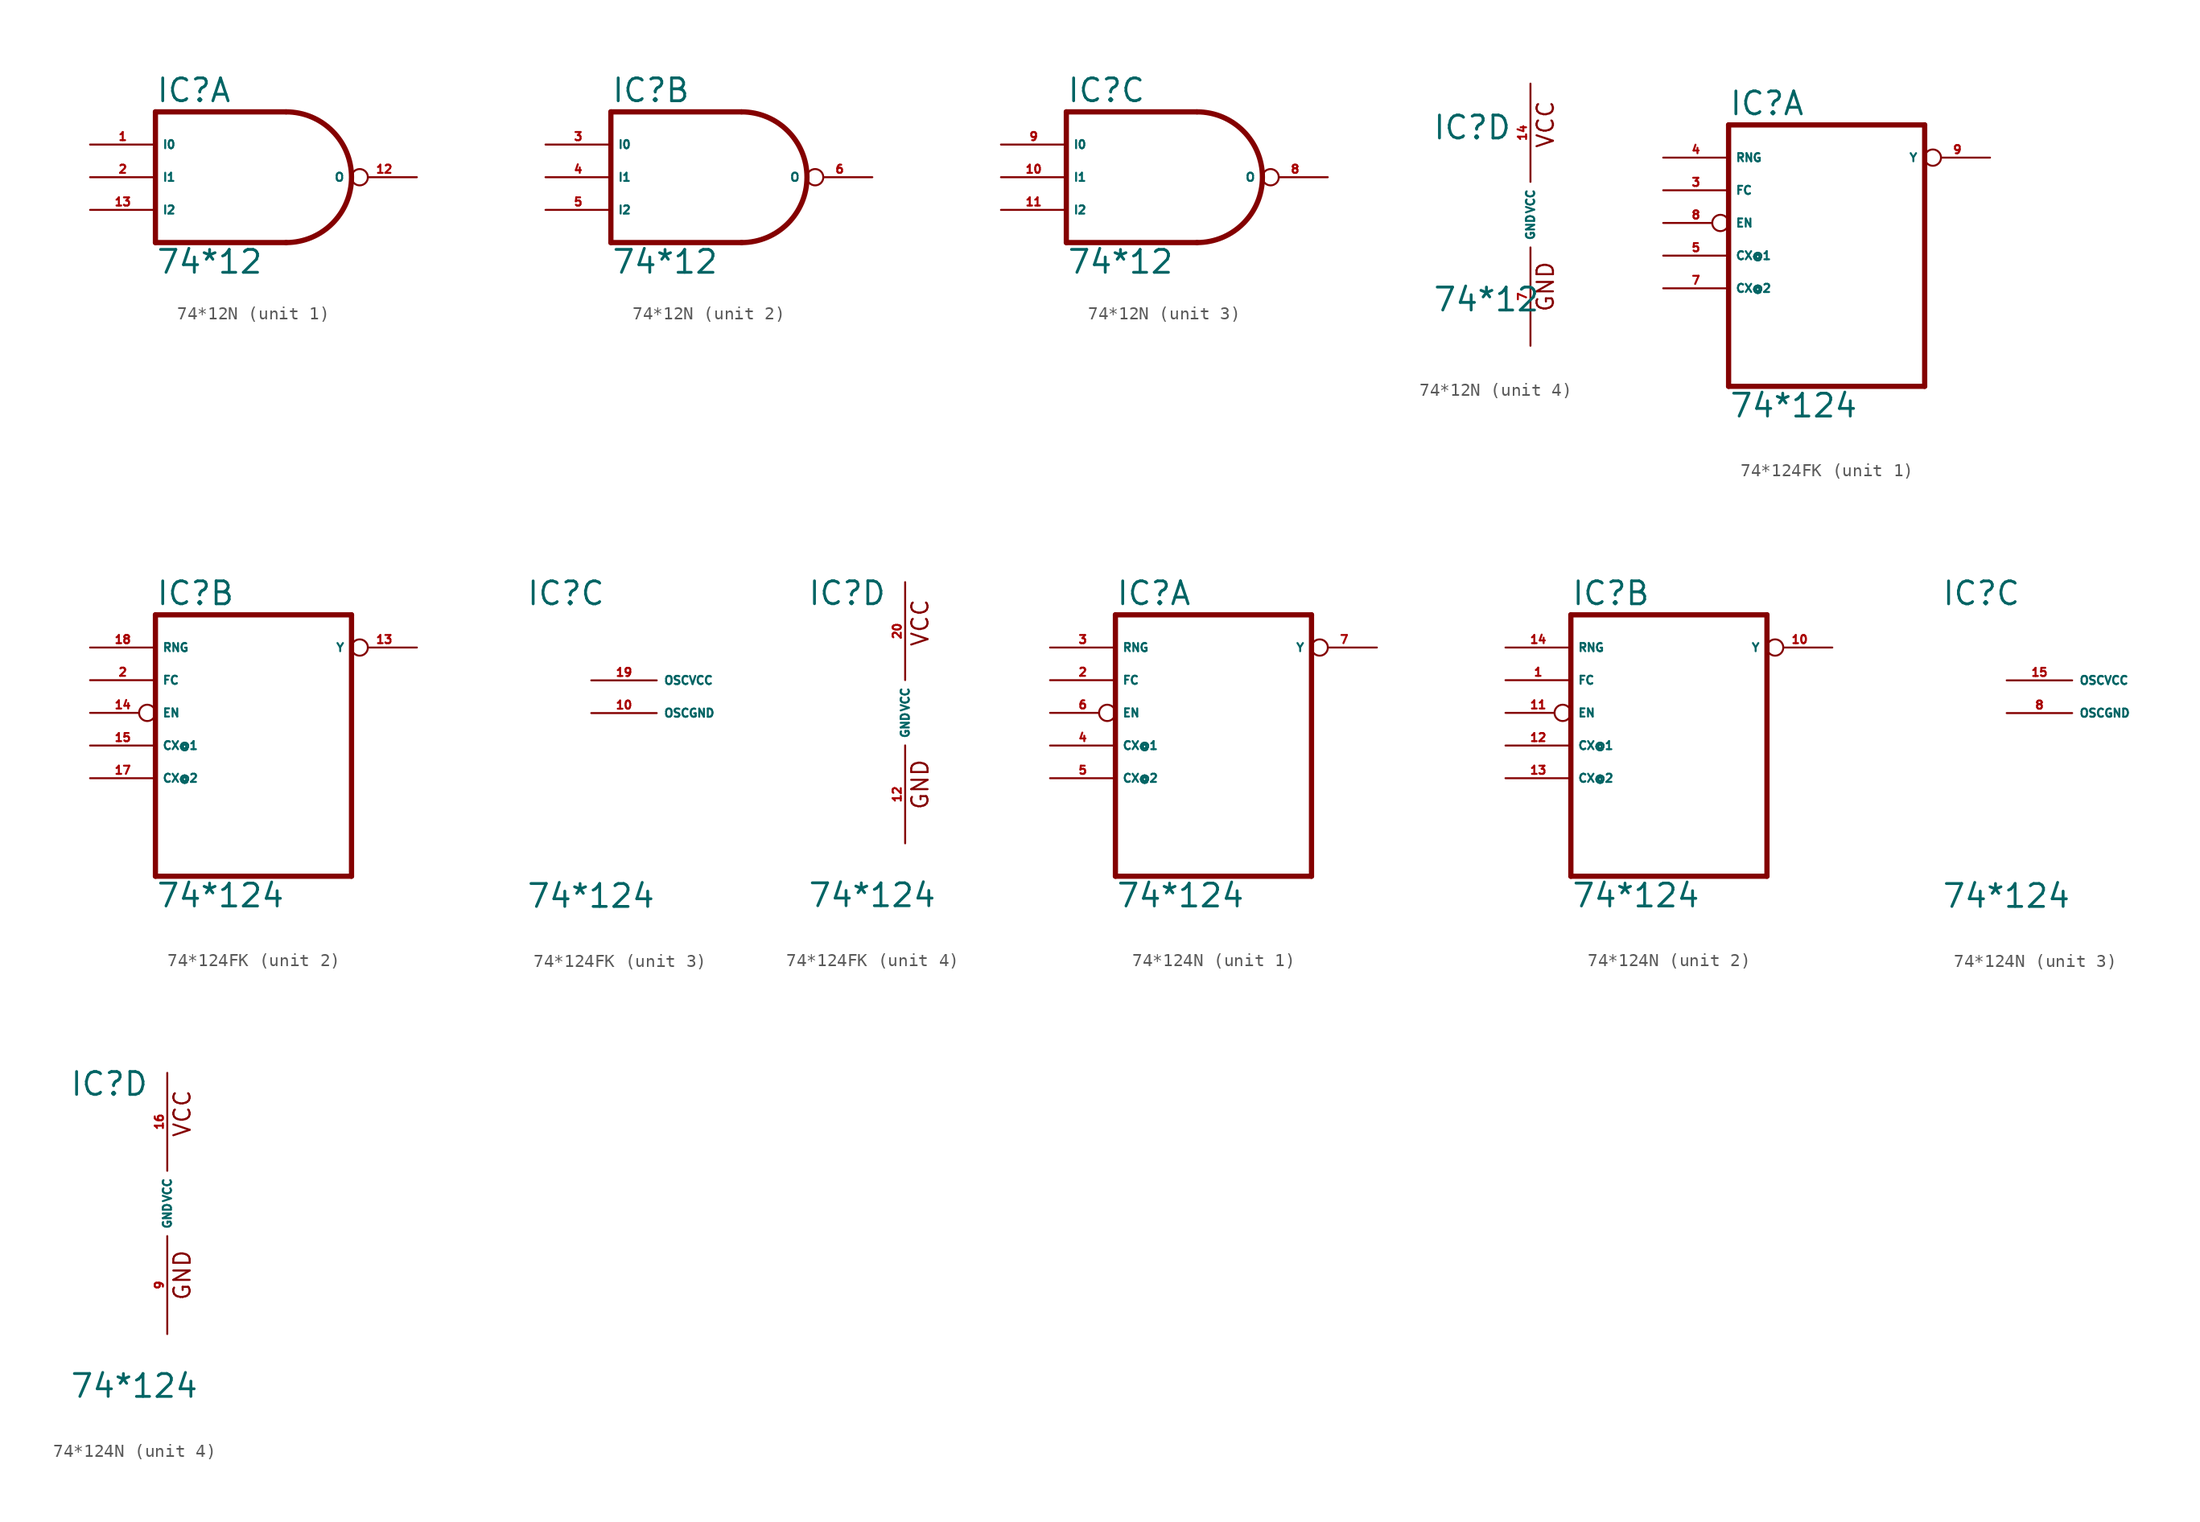
<source format=kicad_sym>
(kicad_symbol_lib
  (version 20220914)
  (generator Eagle2Kicad)
  (symbol "74*12N"
    (property "Reference" "IC"
      (at -7.62 5.715 0)
      (effects (font (size 1.778 1.778) (thickness 0.22)) (justify left bottom)))
    (property "Value" "74*12"
      (at -7.62 -7.62 0)
      (effects (font (size 1.778 1.778) (thickness 0.22)) (justify left bottom)))
    (symbol "74*12N_1_0"
      (polyline (pts (xy 2.54 5.08) (xy -7.62 5.08)) (stroke (width 0.406) (type default)) (fill (type none)))
      (polyline (pts (xy -7.62 5.08) (xy -7.62 -5.08)) (stroke (width 0.406) (type default)) (fill (type none)))
      (polyline (pts (xy -7.62 -5.08) (xy 2.54 -5.08)) (stroke (width 0.406) (type default)) (fill (type none)))
      (arc (start 2.54 -5.08) (mid 7.620 0.000) (end 2.54 5.08) (stroke (width 0.4064) (type default)) (fill (type none)))
      (pin input line (at -12.7 2.54 0) (length 5.08) (name "I0" (effects (font (size 0.635 0.635) (thickness 0.08)) (justify left bottom))) (number "1" (effects (font (size 0.635 0.635) (thickness 0.08)) (justify left bottom))))
      (pin input line (at -12.7 0 0) (length 5.08) (name "I1" (effects (font (size 0.635 0.635) (thickness 0.08)) (justify left bottom))) (number "2" (effects (font (size 0.635 0.635) (thickness 0.08)) (justify left bottom))))
      (pin open_collector inverted (at 12.7 0 180) (length 5.08) (name "O" (effects (font (size 0.635 0.635) (thickness 0.08)) (justify left bottom))) (number "12" (effects (font (size 0.635 0.635) (thickness 0.08)) (justify left bottom))))
      (pin input line (at -12.7 -2.54 0) (length 5.08) (name "I2" (effects (font (size 0.635 0.635) (thickness 0.08)) (justify left bottom))) (number "13" (effects (font (size 0.635 0.635) (thickness 0.08)) (justify left bottom)))))
    (symbol "74*12N_2_0"
      (polyline (pts (xy 2.54 5.08) (xy -7.62 5.08)) (stroke (width 0.406) (type default)) (fill (type none)))
      (polyline (pts (xy -7.62 5.08) (xy -7.62 -5.08)) (stroke (width 0.406) (type default)) (fill (type none)))
      (polyline (pts (xy -7.62 -5.08) (xy 2.54 -5.08)) (stroke (width 0.406) (type default)) (fill (type none)))
      (arc (start 2.54 -5.08) (mid 7.620 0.000) (end 2.54 5.08) (stroke (width 0.4064) (type default)) (fill (type none)))
      (pin input line (at -12.7 2.54 0) (length 5.08) (name "I0" (effects (font (size 0.635 0.635) (thickness 0.08)) (justify left bottom))) (number "3" (effects (font (size 0.635 0.635) (thickness 0.08)) (justify left bottom))))
      (pin input line (at -12.7 0 0) (length 5.08) (name "I1" (effects (font (size 0.635 0.635) (thickness 0.08)) (justify left bottom))) (number "4" (effects (font (size 0.635 0.635) (thickness 0.08)) (justify left bottom))))
      (pin open_collector inverted (at 12.7 0 180) (length 5.08) (name "O" (effects (font (size 0.635 0.635) (thickness 0.08)) (justify left bottom))) (number "6" (effects (font (size 0.635 0.635) (thickness 0.08)) (justify left bottom))))
      (pin input line (at -12.7 -2.54 0) (length 5.08) (name "I2" (effects (font (size 0.635 0.635) (thickness 0.08)) (justify left bottom))) (number "5" (effects (font (size 0.635 0.635) (thickness 0.08)) (justify left bottom)))))
    (symbol "74*12N_3_0"
      (polyline (pts (xy 2.54 5.08) (xy -7.62 5.08)) (stroke (width 0.406) (type default)) (fill (type none)))
      (polyline (pts (xy -7.62 5.08) (xy -7.62 -5.08)) (stroke (width 0.406) (type default)) (fill (type none)))
      (polyline (pts (xy -7.62 -5.08) (xy 2.54 -5.08)) (stroke (width 0.406) (type default)) (fill (type none)))
      (arc (start 2.54 -5.08) (mid 7.620 0.000) (end 2.54 5.08) (stroke (width 0.4064) (type default)) (fill (type none)))
      (pin input line (at -12.7 2.54 0) (length 5.08) (name "I0" (effects (font (size 0.635 0.635) (thickness 0.08)) (justify left bottom))) (number "9" (effects (font (size 0.635 0.635) (thickness 0.08)) (justify left bottom))))
      (pin input line (at -12.7 0 0) (length 5.08) (name "I1" (effects (font (size 0.635 0.635) (thickness 0.08)) (justify left bottom))) (number "10" (effects (font (size 0.635 0.635) (thickness 0.08)) (justify left bottom))))
      (pin open_collector inverted (at 12.7 0 180) (length 5.08) (name "O" (effects (font (size 0.635 0.635) (thickness 0.08)) (justify left bottom))) (number "8" (effects (font (size 0.635 0.635) (thickness 0.08)) (justify left bottom))))
      (pin input line (at -12.7 -2.54 0) (length 5.08) (name "I2" (effects (font (size 0.635 0.635) (thickness 0.08)) (justify left bottom))) (number "11" (effects (font (size 0.635 0.635) (thickness 0.08)) (justify left bottom)))))
    (symbol "74*12N_4_0"
      (text "GND" (at 1.905 -7.62 900) (effects (font (size 1.27 1.27) (thickness 0.16)) (justify left bottom)))
      (text "VCC" (at 1.905 5.08 900) (effects (font (size 1.27 1.27) (thickness 0.16)) (justify left bottom)))
      (pin unspecified line (at 0 -10.16 90) (length 7.62) (name "GND" (effects (font (size 0.635 0.635) (thickness 0.08)) (justify left bottom))) (number "7" (effects (font (size 0.635 0.635) (thickness 0.08)) (justify left bottom))))
      (pin unspecified line (at 0 10.16 270) (length 7.62) (name "VCC" (effects (font (size 0.635 0.635) (thickness 0.08)) (justify left bottom))) (number "14" (effects (font (size 0.635 0.635) (thickness 0.08)) (justify left bottom))))))
  (symbol "74*124FK"
    (property "Reference" "IC"
      (at -7.62 8.255 0)
      (effects (font (size 1.778 1.778) (thickness 0.22)) (justify left bottom)))
    (property "Value" "74*124"
      (at -7.62 -15.24 0)
      (effects (font (size 1.778 1.778) (thickness 0.22)) (justify left bottom)))
    (symbol "74*124FK_1_0"
      (polyline (pts (xy -7.62 -12.7) (xy 7.62 -12.7)) (stroke (width 0.406) (type default)) (fill (type none)))
      (polyline (pts (xy 7.62 -12.7) (xy 7.62 7.62)) (stroke (width 0.406) (type default)) (fill (type none)))
      (polyline (pts (xy 7.62 7.62) (xy -7.62 7.62)) (stroke (width 0.406) (type default)) (fill (type none)))
      (polyline (pts (xy -7.62 7.62) (xy -7.62 -12.7)) (stroke (width 0.406) (type default)) (fill (type none)))
      (pin input line (at -12.7 2.54 0) (length 5.08) (name "FC" (effects (font (size 0.635 0.635) (thickness 0.08)) (justify left bottom))) (number "3" (effects (font (size 0.635 0.635) (thickness 0.08)) (justify left bottom))))
      (pin input line (at -12.7 5.08 0) (length 5.08) (name "RNG" (effects (font (size 0.635 0.635) (thickness 0.08)) (justify left bottom))) (number "4" (effects (font (size 0.635 0.635) (thickness 0.08)) (justify left bottom))))
      (pin input line (at -12.7 -2.54 0) (length 5.08) (name "CX@1" (effects (font (size 0.635 0.635) (thickness 0.08)) (justify left bottom))) (number "5" (effects (font (size 0.635 0.635) (thickness 0.08)) (justify left bottom))))
      (pin input line (at -12.7 -5.08 0) (length 5.08) (name "CX@2" (effects (font (size 0.635 0.635) (thickness 0.08)) (justify left bottom))) (number "7" (effects (font (size 0.635 0.635) (thickness 0.08)) (justify left bottom))))
      (pin input inverted (at -12.7 0 0) (length 5.08) (name "EN" (effects (font (size 0.635 0.635) (thickness 0.08)) (justify left bottom))) (number "8" (effects (font (size 0.635 0.635) (thickness 0.08)) (justify left bottom))))
      (pin output inverted (at 12.7 5.08 180) (length 5.08) (name "Y" (effects (font (size 0.635 0.635) (thickness 0.08)) (justify left bottom))) (number "9" (effects (font (size 0.635 0.635) (thickness 0.08)) (justify left bottom)))))
    (symbol "74*124FK_2_0"
      (polyline (pts (xy -7.62 -12.7) (xy 7.62 -12.7)) (stroke (width 0.406) (type default)) (fill (type none)))
      (polyline (pts (xy 7.62 -12.7) (xy 7.62 7.62)) (stroke (width 0.406) (type default)) (fill (type none)))
      (polyline (pts (xy 7.62 7.62) (xy -7.62 7.62)) (stroke (width 0.406) (type default)) (fill (type none)))
      (polyline (pts (xy -7.62 7.62) (xy -7.62 -12.7)) (stroke (width 0.406) (type default)) (fill (type none)))
      (pin input line (at -12.7 2.54 0) (length 5.08) (name "FC" (effects (font (size 0.635 0.635) (thickness 0.08)) (justify left bottom))) (number "2" (effects (font (size 0.635 0.635) (thickness 0.08)) (justify left bottom))))
      (pin input line (at -12.7 5.08 0) (length 5.08) (name "RNG" (effects (font (size 0.635 0.635) (thickness 0.08)) (justify left bottom))) (number "18" (effects (font (size 0.635 0.635) (thickness 0.08)) (justify left bottom))))
      (pin input line (at -12.7 -2.54 0) (length 5.08) (name "CX@1" (effects (font (size 0.635 0.635) (thickness 0.08)) (justify left bottom))) (number "15" (effects (font (size 0.635 0.635) (thickness 0.08)) (justify left bottom))))
      (pin input line (at -12.7 -5.08 0) (length 5.08) (name "CX@2" (effects (font (size 0.635 0.635) (thickness 0.08)) (justify left bottom))) (number "17" (effects (font (size 0.635 0.635) (thickness 0.08)) (justify left bottom))))
      (pin input inverted (at -12.7 0 0) (length 5.08) (name "EN" (effects (font (size 0.635 0.635) (thickness 0.08)) (justify left bottom))) (number "14" (effects (font (size 0.635 0.635) (thickness 0.08)) (justify left bottom))))
      (pin output inverted (at 12.7 5.08 180) (length 5.08) (name "Y" (effects (font (size 0.635 0.635) (thickness 0.08)) (justify left bottom))) (number "13" (effects (font (size 0.635 0.635) (thickness 0.08)) (justify left bottom)))))
    (symbol "74*124FK_3_0"
      (pin unspecified line (at -2.54 0 0) (length 5.08) (name "OSCGND" (effects (font (size 0.635 0.635) (thickness 0.08)) (justify left bottom))) (number "10" (effects (font (size 0.635 0.635) (thickness 0.08)) (justify left bottom))))
      (pin unspecified line (at -2.54 2.54 0) (length 5.08) (name "OSCVCC" (effects (font (size 0.635 0.635) (thickness 0.08)) (justify left bottom))) (number "19" (effects (font (size 0.635 0.635) (thickness 0.08)) (justify left bottom)))))
    (symbol "74*124FK_4_0"
      (text "GND" (at 1.905 -7.62 900) (effects (font (size 1.27 1.27) (thickness 0.16)) (justify left bottom)))
      (text "VCC" (at 1.905 5.08 900) (effects (font (size 1.27 1.27) (thickness 0.16)) (justify left bottom)))
      (pin unspecified line (at 0 -10.16 90) (length 7.62) (name "GND" (effects (font (size 0.635 0.635) (thickness 0.08)) (justify left bottom))) (number "12" (effects (font (size 0.635 0.635) (thickness 0.08)) (justify left bottom))))
      (pin unspecified line (at 0 10.16 270) (length 7.62) (name "VCC" (effects (font (size 0.635 0.635) (thickness 0.08)) (justify left bottom))) (number "20" (effects (font (size 0.635 0.635) (thickness 0.08)) (justify left bottom))))))
  (symbol "74*124N"
    (property "Reference" "IC"
      (at -7.62 8.255 0)
      (effects (font (size 1.778 1.778) (thickness 0.22)) (justify left bottom)))
    (property "Value" "74*124"
      (at -7.62 -15.24 0)
      (effects (font (size 1.778 1.778) (thickness 0.22)) (justify left bottom)))
    (symbol "74*124N_1_0"
      (polyline (pts (xy -7.62 -12.7) (xy 7.62 -12.7)) (stroke (width 0.406) (type default)) (fill (type none)))
      (polyline (pts (xy 7.62 -12.7) (xy 7.62 7.62)) (stroke (width 0.406) (type default)) (fill (type none)))
      (polyline (pts (xy 7.62 7.62) (xy -7.62 7.62)) (stroke (width 0.406) (type default)) (fill (type none)))
      (polyline (pts (xy -7.62 7.62) (xy -7.62 -12.7)) (stroke (width 0.406) (type default)) (fill (type none)))
      (pin input line (at -12.7 2.54 0) (length 5.08) (name "FC" (effects (font (size 0.635 0.635) (thickness 0.08)) (justify left bottom))) (number "2" (effects (font (size 0.635 0.635) (thickness 0.08)) (justify left bottom))))
      (pin input line (at -12.7 5.08 0) (length 5.08) (name "RNG" (effects (font (size 0.635 0.635) (thickness 0.08)) (justify left bottom))) (number "3" (effects (font (size 0.635 0.635) (thickness 0.08)) (justify left bottom))))
      (pin input line (at -12.7 -2.54 0) (length 5.08) (name "CX@1" (effects (font (size 0.635 0.635) (thickness 0.08)) (justify left bottom))) (number "4" (effects (font (size 0.635 0.635) (thickness 0.08)) (justify left bottom))))
      (pin input line (at -12.7 -5.08 0) (length 5.08) (name "CX@2" (effects (font (size 0.635 0.635) (thickness 0.08)) (justify left bottom))) (number "5" (effects (font (size 0.635 0.635) (thickness 0.08)) (justify left bottom))))
      (pin input inverted (at -12.7 0 0) (length 5.08) (name "EN" (effects (font (size 0.635 0.635) (thickness 0.08)) (justify left bottom))) (number "6" (effects (font (size 0.635 0.635) (thickness 0.08)) (justify left bottom))))
      (pin output inverted (at 12.7 5.08 180) (length 5.08) (name "Y" (effects (font (size 0.635 0.635) (thickness 0.08)) (justify left bottom))) (number "7" (effects (font (size 0.635 0.635) (thickness 0.08)) (justify left bottom)))))
    (symbol "74*124N_2_0"
      (polyline (pts (xy -7.62 -12.7) (xy 7.62 -12.7)) (stroke (width 0.406) (type default)) (fill (type none)))
      (polyline (pts (xy 7.62 -12.7) (xy 7.62 7.62)) (stroke (width 0.406) (type default)) (fill (type none)))
      (polyline (pts (xy 7.62 7.62) (xy -7.62 7.62)) (stroke (width 0.406) (type default)) (fill (type none)))
      (polyline (pts (xy -7.62 7.62) (xy -7.62 -12.7)) (stroke (width 0.406) (type default)) (fill (type none)))
      (pin input line (at -12.7 2.54 0) (length 5.08) (name "FC" (effects (font (size 0.635 0.635) (thickness 0.08)) (justify left bottom))) (number "1" (effects (font (size 0.635 0.635) (thickness 0.08)) (justify left bottom))))
      (pin input line (at -12.7 5.08 0) (length 5.08) (name "RNG" (effects (font (size 0.635 0.635) (thickness 0.08)) (justify left bottom))) (number "14" (effects (font (size 0.635 0.635) (thickness 0.08)) (justify left bottom))))
      (pin input line (at -12.7 -2.54 0) (length 5.08) (name "CX@1" (effects (font (size 0.635 0.635) (thickness 0.08)) (justify left bottom))) (number "12" (effects (font (size 0.635 0.635) (thickness 0.08)) (justify left bottom))))
      (pin input line (at -12.7 -5.08 0) (length 5.08) (name "CX@2" (effects (font (size 0.635 0.635) (thickness 0.08)) (justify left bottom))) (number "13" (effects (font (size 0.635 0.635) (thickness 0.08)) (justify left bottom))))
      (pin input inverted (at -12.7 0 0) (length 5.08) (name "EN" (effects (font (size 0.635 0.635) (thickness 0.08)) (justify left bottom))) (number "11" (effects (font (size 0.635 0.635) (thickness 0.08)) (justify left bottom))))
      (pin output inverted (at 12.7 5.08 180) (length 5.08) (name "Y" (effects (font (size 0.635 0.635) (thickness 0.08)) (justify left bottom))) (number "10" (effects (font (size 0.635 0.635) (thickness 0.08)) (justify left bottom)))))
    (symbol "74*124N_3_0"
      (pin unspecified line (at -2.54 0 0) (length 5.08) (name "OSCGND" (effects (font (size 0.635 0.635) (thickness 0.08)) (justify left bottom))) (number "8" (effects (font (size 0.635 0.635) (thickness 0.08)) (justify left bottom))))
      (pin unspecified line (at -2.54 2.54 0) (length 5.08) (name "OSCVCC" (effects (font (size 0.635 0.635) (thickness 0.08)) (justify left bottom))) (number "15" (effects (font (size 0.635 0.635) (thickness 0.08)) (justify left bottom)))))
    (symbol "74*124N_4_0"
      (text "GND" (at 1.905 -7.62 900) (effects (font (size 1.27 1.27) (thickness 0.16)) (justify left bottom)))
      (text "VCC" (at 1.905 5.08 900) (effects (font (size 1.27 1.27) (thickness 0.16)) (justify left bottom)))
      (pin unspecified line (at 0 -10.16 90) (length 7.62) (name "GND" (effects (font (size 0.635 0.635) (thickness 0.08)) (justify left bottom))) (number "9" (effects (font (size 0.635 0.635) (thickness 0.08)) (justify left bottom))))
      (pin unspecified line (at 0 10.16 270) (length 7.62) (name "VCC" (effects (font (size 0.635 0.635) (thickness 0.08)) (justify left bottom))) (number "16" (effects (font (size 0.635 0.635) (thickness 0.08)) (justify left bottom)))))))
</source>
